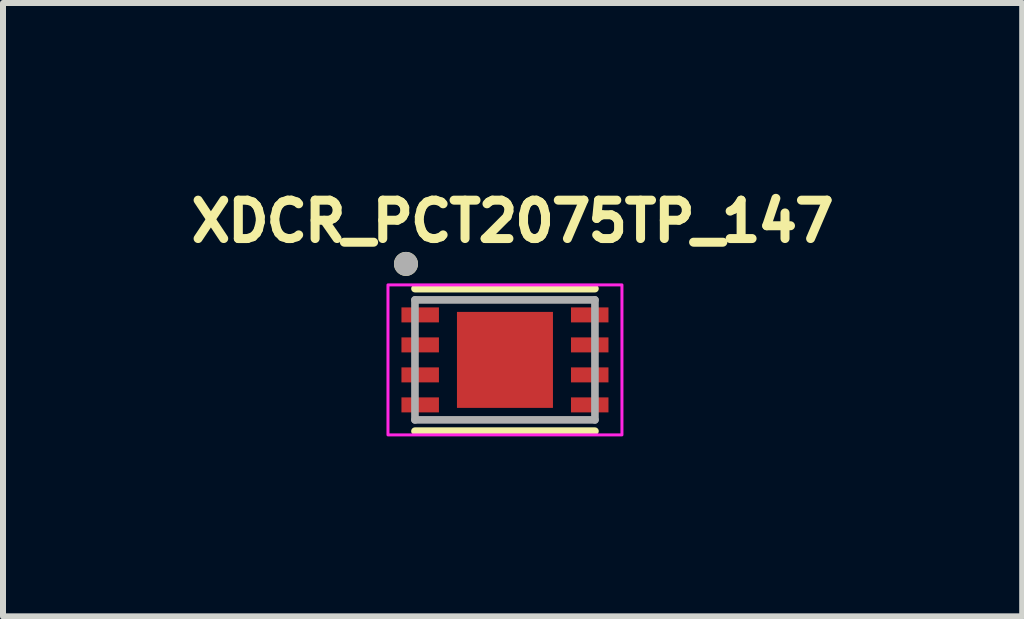
<source format=kicad_pcb>
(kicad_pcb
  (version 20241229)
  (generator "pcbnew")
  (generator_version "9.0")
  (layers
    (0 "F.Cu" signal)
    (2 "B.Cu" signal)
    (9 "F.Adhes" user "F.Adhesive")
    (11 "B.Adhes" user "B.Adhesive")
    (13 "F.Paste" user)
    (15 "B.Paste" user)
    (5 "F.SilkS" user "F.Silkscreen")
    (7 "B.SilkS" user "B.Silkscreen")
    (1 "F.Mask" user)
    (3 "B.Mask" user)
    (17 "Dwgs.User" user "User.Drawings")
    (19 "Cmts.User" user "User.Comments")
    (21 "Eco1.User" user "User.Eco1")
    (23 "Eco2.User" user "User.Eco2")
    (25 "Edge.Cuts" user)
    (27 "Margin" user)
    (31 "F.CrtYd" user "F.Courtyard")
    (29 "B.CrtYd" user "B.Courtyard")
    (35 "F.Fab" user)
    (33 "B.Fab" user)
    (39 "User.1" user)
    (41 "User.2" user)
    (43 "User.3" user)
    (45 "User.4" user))
  (footprint "XDCR_PCT2075TP_147"
    (layer "F.Cu")
    (at 5.367 2.949)
    (property "Reference" "XDCR_PCT2075TP_147" (at 0.127 -2.311 0) (layer "F.SilkS") (effects (font (size 0.64 0.64) (thickness 0.15))))
    (attr smd)
    (fp_line (start -1.5 -1.188) (end 1.5 -1.188) (stroke (width 0.127) (type solid)) (layer "F.SilkS"))
    (fp_line (start 1.5 1.188) (end -1.5 1.188) (stroke (width 0.127) (type solid)) (layer "F.SilkS"))
    (fp_circle (center -1.65 -1.6) (end -1.55 -1.6) (stroke (width 0.2) (type solid)) (fill no) (layer "F.SilkS"))
    (fp_poly (pts (xy -0.3 -0.3) (xy 0.3 -0.3) (xy 0.3 0.3) (xy -0.3 0.3)) (stroke (width 0.01) (type solid)) (fill yes) (layer "F.Paste"))
    (fp_rect (start -1.95 -1.25) (end 1.95 1.25) (stroke (width 0.05) (type default)) (fill no) (layer "F.CrtYd"))
    (fp_line (start -1.5 -1) (end 1.5 -1) (stroke (width 0.127) (type solid)) (layer "F.Fab"))
    (fp_line (start -1.5 1) (end -1.5 -1) (stroke (width 0.127) (type solid)) (layer "F.Fab"))
    (fp_line (start 1.5 -1) (end 1.5 1) (stroke (width 0.127) (type solid)) (layer "F.Fab"))
    (fp_line (start 1.5 1) (end -1.5 1) (stroke (width 0.127) (type solid)) (layer "F.Fab"))
    (fp_circle (center -1.65 -1.6) (end -1.55 -1.6) (stroke (width 0.2) (type solid)) (fill no) (layer "F.Fab"))
    (pad "1" smd rect (at -1.413 -0.75) (size 0.625 0.25) (layers "F.Cu" "F.Mask" "F.Paste"))
    (pad "2" smd rect (at -1.413 -0.25) (size 0.625 0.25) (layers "F.Cu" "F.Mask" "F.Paste"))
    (pad "3" smd rect (at -1.413 0.25) (size 0.625 0.25) (layers "F.Cu" "F.Mask" "F.Paste"))
    (pad "4" smd rect (at -1.413 0.75) (size 0.625 0.25) (layers "F.Cu" "F.Mask" "F.Paste"))
    (pad "5" smd rect (at 1.413 0.75) (size 0.625 0.25) (layers "F.Cu" "F.Mask" "F.Paste"))
    (pad "6" smd rect (at 1.413 0.25) (size 0.625 0.25) (layers "F.Cu" "F.Mask" "F.Paste"))
    (pad "7" smd rect (at 1.413 -0.25) (size 0.625 0.25) (layers "F.Cu" "F.Mask" "F.Paste"))
    (pad "8" smd rect (at 1.413 -0.75) (size 0.625 0.25) (layers "F.Cu" "F.Mask" "F.Paste"))
    (pad "9" smd rect (at 0 0) (size 1.6 1.6) (layers "F.Cu" "F.Mask")))
  (gr_rect
    (start -3 -3)
    (end 13.989 7.224)
    (stroke (width 0.1) (type default))
    (fill no)
    (layer "Edge.Cuts")))
</source>
